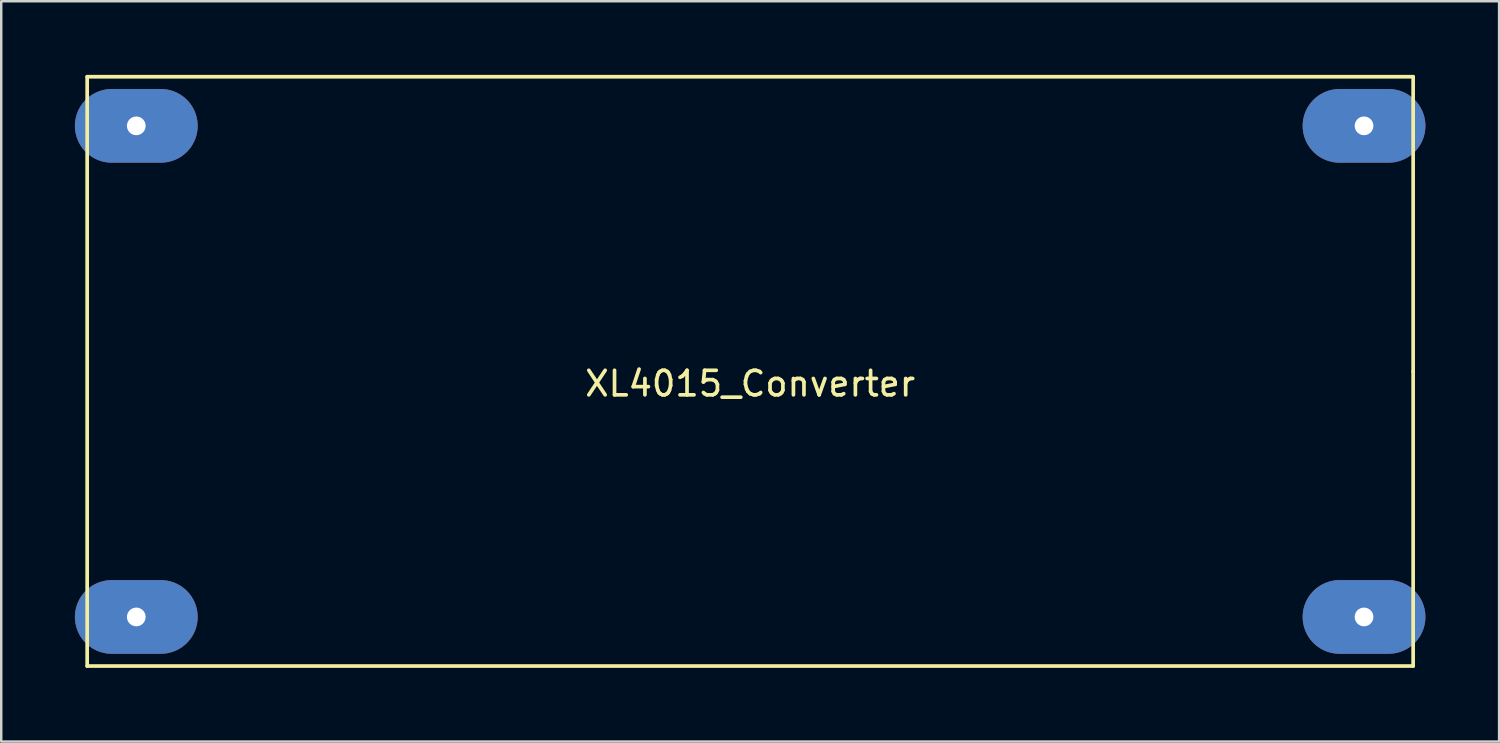
<source format=kicad_pcb>
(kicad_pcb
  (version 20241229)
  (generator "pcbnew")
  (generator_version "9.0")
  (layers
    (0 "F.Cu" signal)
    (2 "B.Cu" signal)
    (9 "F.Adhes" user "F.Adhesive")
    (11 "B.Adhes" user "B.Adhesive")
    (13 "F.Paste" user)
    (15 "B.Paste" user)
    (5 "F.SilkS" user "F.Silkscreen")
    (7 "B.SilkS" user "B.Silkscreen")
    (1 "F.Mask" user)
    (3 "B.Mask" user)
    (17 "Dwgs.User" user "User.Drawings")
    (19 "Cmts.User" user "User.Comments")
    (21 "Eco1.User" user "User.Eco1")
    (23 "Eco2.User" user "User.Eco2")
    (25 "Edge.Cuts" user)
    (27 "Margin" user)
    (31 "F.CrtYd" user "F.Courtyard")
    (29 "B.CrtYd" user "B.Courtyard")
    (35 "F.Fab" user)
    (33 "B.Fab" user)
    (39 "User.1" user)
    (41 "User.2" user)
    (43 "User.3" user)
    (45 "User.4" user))
  (footprint "XL4015_Converter"
    (layer "F.Cu")
    (at 27.5 12.075)
    (property "Reference" "XL4015_Converter" (at 0 0.5 0) (layer "F.SilkS") (effects (font (size 1 1) (thickness 0.15))))
    (attr through_hole)
    (fp_line (start -27 -12) (end -27 12) (stroke (width 0.15) (type solid)) (layer "F.SilkS"))
    (fp_line (start -27 12) (end 27 12) (stroke (width 0.15) (type solid)) (layer "F.SilkS"))
    (fp_line (start 27 -12) (end -27 -12) (stroke (width 0.15) (type solid)) (layer "F.SilkS"))
    (fp_line (start 27 0) (end 27 -12) (stroke (width 0.15) (type solid)) (layer "F.SilkS"))
    (fp_line (start 27 12) (end 27 0) (stroke (width 0.15) (type solid)) (layer "F.SilkS"))
    (pad "1" thru_hole oval (at -25 -10) (size 5 3) (drill 0.762) (layers "*.Cu" "*.Mask"))
    (pad "2" thru_hole oval (at -25 10) (size 5 3) (drill 0.762) (layers "*.Cu" "*.Mask"))
    (pad "3" thru_hole oval (at 25 -10) (size 5 3) (drill 0.762) (layers "*.Cu" "*.Mask"))
    (pad "4" thru_hole oval (at 25 10) (size 5 3) (drill 0.762) (layers "*.Cu" "*.Mask")))
  (gr_rect
    (start -3 -3)
    (end 58 27.15)
    (stroke (width 0.1) (type default))
    (fill no)
    (layer "Edge.Cuts")))
</source>
